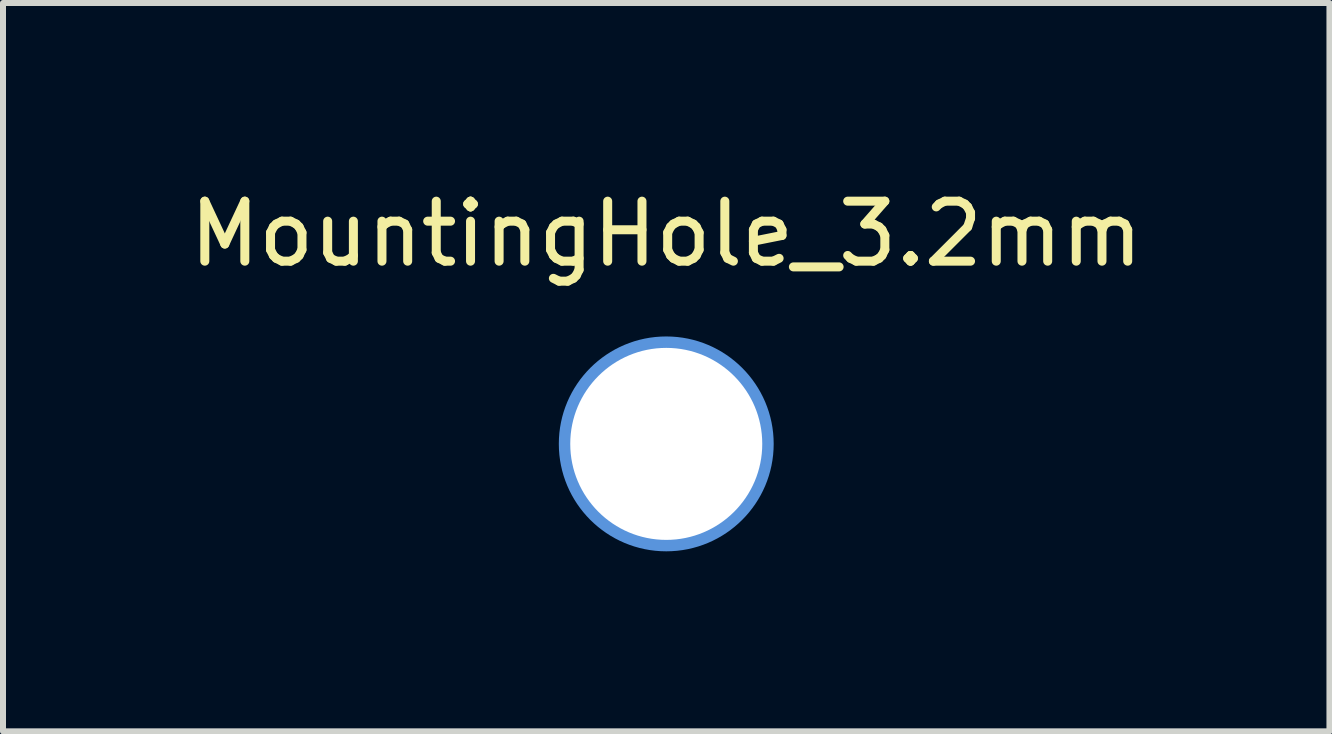
<source format=kicad_pcb>
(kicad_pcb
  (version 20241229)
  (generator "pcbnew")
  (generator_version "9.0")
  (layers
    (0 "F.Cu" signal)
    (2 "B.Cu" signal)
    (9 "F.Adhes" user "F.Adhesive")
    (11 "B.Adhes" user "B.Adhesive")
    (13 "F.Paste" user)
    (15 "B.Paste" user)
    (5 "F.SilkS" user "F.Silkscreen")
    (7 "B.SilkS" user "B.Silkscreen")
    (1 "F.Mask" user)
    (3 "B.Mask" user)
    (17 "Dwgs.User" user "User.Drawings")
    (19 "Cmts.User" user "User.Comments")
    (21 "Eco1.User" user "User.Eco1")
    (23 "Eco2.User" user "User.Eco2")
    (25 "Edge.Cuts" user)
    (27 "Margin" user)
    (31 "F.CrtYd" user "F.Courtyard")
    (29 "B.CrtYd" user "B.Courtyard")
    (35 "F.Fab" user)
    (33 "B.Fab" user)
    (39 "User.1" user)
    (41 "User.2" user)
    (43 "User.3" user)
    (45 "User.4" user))
  (footprint "MountingHole_3.2mm"
    (layer "F.Cu")
    (at 8.054 4.348)
    (property "Reference" "MountingHole_3.2mm" (at 0 -3.5 0) (layer "F.SilkS") (effects (font (size 1 1) (thickness 0.15))))
    (attr through_hole)
    (fp_circle (center 0 0) (end 1.6 0) (stroke (width 0.381) (type solid)) (fill no) (layer "Cmts.User"))
    (pad "1" thru_hole circle (at 0 0) (size 3.2 3.2) (drill 3.2) (layers "*.Cu")))
  (gr_rect
    (start -3 -3)
    (end 19.107 9.139)
    (stroke (width 0.1) (type default))
    (fill no)
    (layer "Edge.Cuts")))
</source>
